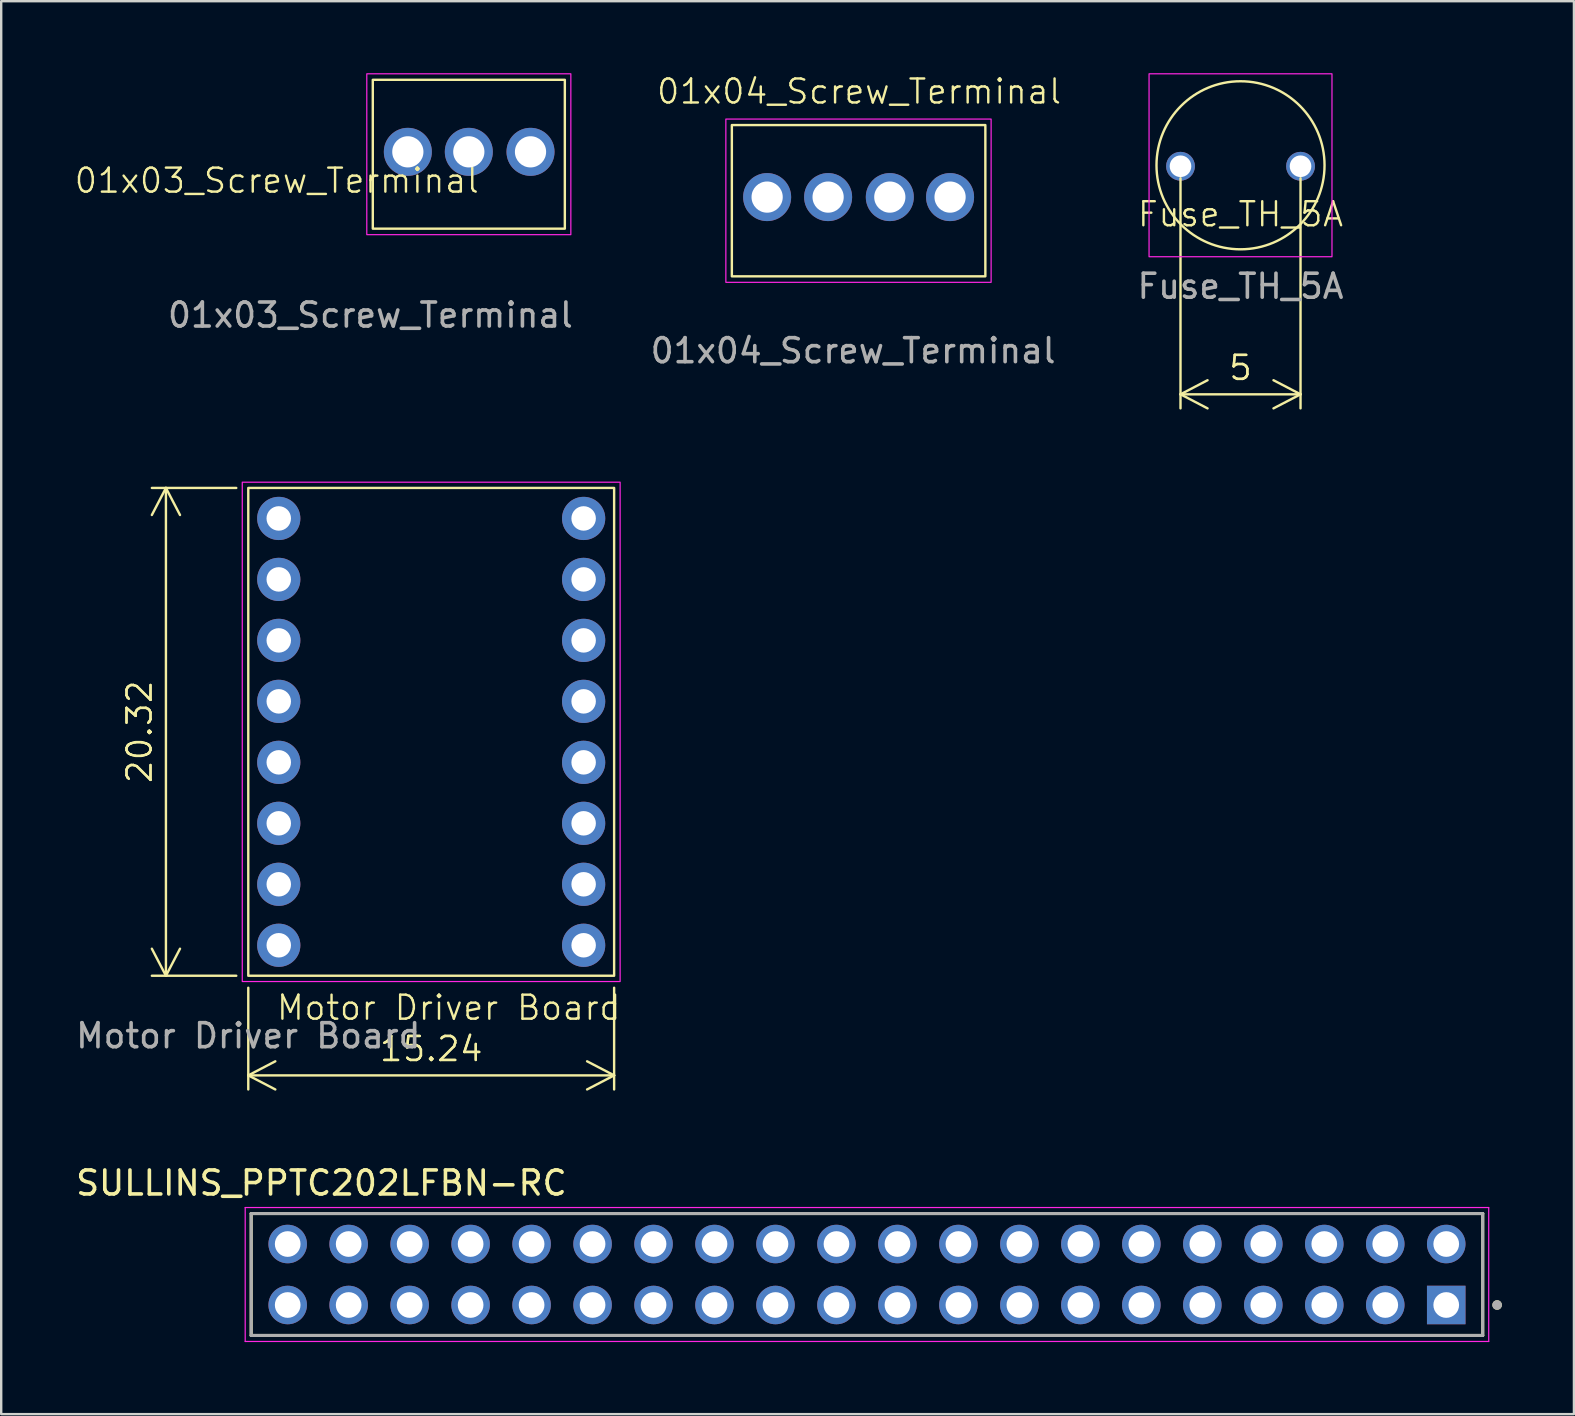
<source format=kicad_pcb>
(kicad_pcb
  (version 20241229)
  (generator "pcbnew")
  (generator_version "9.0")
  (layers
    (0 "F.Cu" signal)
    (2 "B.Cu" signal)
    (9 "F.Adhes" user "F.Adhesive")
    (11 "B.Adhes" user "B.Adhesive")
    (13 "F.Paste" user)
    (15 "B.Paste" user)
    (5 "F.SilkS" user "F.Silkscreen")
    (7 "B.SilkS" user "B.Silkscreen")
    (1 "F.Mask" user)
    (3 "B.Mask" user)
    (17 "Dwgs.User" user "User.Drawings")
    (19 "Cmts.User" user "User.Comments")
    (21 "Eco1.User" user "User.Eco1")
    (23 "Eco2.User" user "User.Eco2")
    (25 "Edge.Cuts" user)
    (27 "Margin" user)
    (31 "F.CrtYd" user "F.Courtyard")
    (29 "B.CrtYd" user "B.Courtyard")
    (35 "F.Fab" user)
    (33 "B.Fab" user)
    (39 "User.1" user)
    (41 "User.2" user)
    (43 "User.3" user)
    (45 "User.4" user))
  (footprint "01x04_Screw_Terminal"
    (layer "F.Cu")
    (at 27.436 8.46)
    (property "Reference" "01x04_Screw_Terminal" (at 5.3 -7.7 0) (unlocked yes) (layer "F.SilkS") (effects (font (size 1 1) (thickness 0.1))))
    (attr smd)
    (fp_rect (start 0 -6.3) (end 10.56 0) (stroke (width 0.1) (type default)) (fill no) (layer "F.SilkS"))
    (fp_rect (start -0.25 -6.55) (end 10.8 0.25) (stroke (width 0.05) (type default)) (fill no) (layer "F.CrtYd"))
    (fp_text user "${REFERENCE}" (at 5.05 3.1 0) (unlocked yes) (layer "F.Fab") (effects (font (size 1 1) (thickness 0.15))))
    (pad "1" thru_hole circle (at 1.47 -3.3) (size 2 2) (drill 1.3) (layers "*.Cu" "*.Mask"))
    (pad "2" thru_hole circle (at 4.01 -3.3) (size 2 2) (drill 1.3) (layers "*.Cu" "*.Mask"))
    (pad "3" thru_hole circle (at 6.58 -3.3) (size 2 2) (drill 1.3) (layers "*.Cu" "*.Mask"))
    (pad "4" thru_hole circle (at 9.09 -3.3) (size 2 2) (drill 1.3) (layers "*.Cu" "*.Mask")))
  (footprint "Fuse_TH_5A"
    (layer "F.Cu")
    (at 48.625 6.375)
    (property "Reference" "Fuse_TH_5A" (at 0 -0.5 0) (unlocked yes) (layer "F.SilkS") (effects (font (size 1 1) (thickness 0.1))))
    (attr smd)
    (fp_circle (center 0 -2.54) (end 3.5 -2.54) (stroke (width 0.1) (type solid)) (fill no) (layer "F.SilkS"))
    (fp_rect (start -3.81 -6.35) (end 3.81 1.27) (stroke (width 0.05) (type default)) (fill no) (layer "F.CrtYd"))
    (fp_text user "${REFERENCE}" (at 0 2.5 0) (unlocked yes) (layer "F.Fab") (effects (font (size 1 1) (thickness 0.15))))
    (dimension (type orthogonal) (layer "F.SilkS") (pts (xy 46.125 3.875) (xy 51.125 3.875)) (height 9.5) (orientation 0) (format (prefix "") (suffix "") (units 3) (units_format 0) (precision 4) (suppress_zeroes yes)) (style (thickness 0.1) (arrow_length 1.27) (text_position_mode 0) (arrow_direction outward) (extension_height 0.586) (extension_offset 0.5) (keep_text_aligned yes)) (gr_text "5" (at 48.625 12.275 0) (layer "F.SilkS") (effects (font (size 1 1) (thickness 0.1)))))
    (pad "1" thru_hole circle (at -2.5 -2.5) (size 1.2 1.2) (drill 0.9) (layers "*.Cu" "*.Mask"))
    (pad "2" thru_hole circle (at 2.5 -2.5) (size 1.2 1.2) (drill 0.9) (layers "*.Cu" "*.Mask")))
  (footprint "01x03_Screw_Terminal"
    (layer "F.Cu")
    (at 12.479 6.475)
    (property "Reference" "01x03_Screw_Terminal" (at -4 -2 0) (unlocked yes) (layer "F.SilkS") (effects (font (size 1 1) (thickness 0.1))))
    (attr smd)
    (fp_rect (start 0 -6.2) (end 8 0) (stroke (width 0.1) (type default)) (fill no) (layer "F.SilkS"))
    (fp_rect (start -0.25 -6.45) (end 8.25 0.25) (stroke (width 0.05) (type default)) (fill no) (layer "F.CrtYd"))
    (fp_text user "${REFERENCE}" (at -0.1 3.6 0) (unlocked yes) (layer "F.Fab") (effects (font (size 1 1) (thickness 0.15))))
    (pad "1" thru_hole circle (at 1.46 -3.2) (size 2 2) (drill 1.3) (layers "*.Cu" "*.Mask"))
    (pad "2" thru_hole circle (at 4 -3.2) (size 2 2) (drill 1.3) (layers "*.Cu" "*.Mask"))
    (pad "3" thru_hole circle (at 6.57 -3.2) (size 2 2) (drill 1.3) (layers "*.Cu" "*.Mask")))
  (footprint "SULLINS_PPTC202LFBN-RC"
    (layer "F.Cu")
    (at 33.064 50.041)
    (property "Reference" "SULLINS_PPTC202LFBN-RC" (at -22.725 -3.81 0) (layer "F.SilkS") (effects (font (size 1 1) (thickness 0.15))))
    (attr through_hole)
    (fp_line (start -25.65 -2.54) (end 25.65 -2.54) (stroke (width 0.127) (type solid)) (layer "F.SilkS"))
    (fp_line (start -25.65 2.54) (end -25.65 -2.54) (stroke (width 0.127) (type solid)) (layer "F.SilkS"))
    (fp_line (start 25.65 -2.54) (end 25.65 2.54) (stroke (width 0.127) (type solid)) (layer "F.SilkS"))
    (fp_line (start 25.65 2.54) (end -25.65 2.54) (stroke (width 0.127) (type solid)) (layer "F.SilkS"))
    (fp_circle (center 26.25 1.27) (end 26.35 1.27) (stroke (width 0.2) (type solid)) (fill no) (layer "F.SilkS"))
    (fp_line (start -25.9 -2.79) (end 25.9 -2.79) (stroke (width 0.05) (type solid)) (layer "F.CrtYd"))
    (fp_line (start -25.9 2.79) (end -25.9 -2.79) (stroke (width 0.05) (type solid)) (layer "F.CrtYd"))
    (fp_line (start 25.9 -2.79) (end 25.9 2.79) (stroke (width 0.05) (type solid)) (layer "F.CrtYd"))
    (fp_line (start 25.9 2.79) (end -25.9 2.79) (stroke (width 0.05) (type solid)) (layer "F.CrtYd"))
    (fp_line (start -25.65 -2.54) (end 25.65 -2.54) (stroke (width 0.127) (type solid)) (layer "F.Fab"))
    (fp_line (start -25.65 2.54) (end -25.65 -2.54) (stroke (width 0.127) (type solid)) (layer "F.Fab"))
    (fp_line (start 25.65 -2.54) (end 25.65 2.54) (stroke (width 0.127) (type solid)) (layer "F.Fab"))
    (fp_line (start 25.65 2.54) (end -25.65 2.54) (stroke (width 0.127) (type solid)) (layer "F.Fab"))
    (fp_circle (center 26.25 1.27) (end 26.35 1.27) (stroke (width 0.2) (type solid)) (fill no) (layer "F.Fab"))
    (pad "1" thru_hole rect (at 24.13 1.27) (size 1.605 1.605) (drill 1.07) (layers "*.Cu" "*.Mask"))
    (pad "2" thru_hole circle (at 24.13 -1.27) (size 1.605 1.605) (drill 1.07) (layers "*.Cu" "*.Mask"))
    (pad "3" thru_hole circle (at 21.59 1.27) (size 1.605 1.605) (drill 1.07) (layers "*.Cu" "*.Mask"))
    (pad "4" thru_hole circle (at 21.59 -1.27) (size 1.605 1.605) (drill 1.07) (layers "*.Cu" "*.Mask"))
    (pad "5" thru_hole circle (at 19.05 1.27) (size 1.605 1.605) (drill 1.07) (layers "*.Cu" "*.Mask"))
    (pad "6" thru_hole circle (at 19.05 -1.27) (size 1.605 1.605) (drill 1.07) (layers "*.Cu" "*.Mask"))
    (pad "7" thru_hole circle (at 16.51 1.27) (size 1.605 1.605) (drill 1.07) (layers "*.Cu" "*.Mask"))
    (pad "8" thru_hole circle (at 16.51 -1.27) (size 1.605 1.605) (drill 1.07) (layers "*.Cu" "*.Mask"))
    (pad "9" thru_hole circle (at 13.97 1.27) (size 1.605 1.605) (drill 1.07) (layers "*.Cu" "*.Mask"))
    (pad "10" thru_hole circle (at 13.97 -1.27) (size 1.605 1.605) (drill 1.07) (layers "*.Cu" "*.Mask"))
    (pad "11" thru_hole circle (at 11.43 1.27) (size 1.605 1.605) (drill 1.07) (layers "*.Cu" "*.Mask"))
    (pad "12" thru_hole circle (at 11.43 -1.27) (size 1.605 1.605) (drill 1.07) (layers "*.Cu" "*.Mask"))
    (pad "13" thru_hole circle (at 8.89 1.27) (size 1.605 1.605) (drill 1.07) (layers "*.Cu" "*.Mask"))
    (pad "14" thru_hole circle (at 8.89 -1.27) (size 1.605 1.605) (drill 1.07) (layers "*.Cu" "*.Mask"))
    (pad "15" thru_hole circle (at 6.35 1.27) (size 1.605 1.605) (drill 1.07) (layers "*.Cu" "*.Mask"))
    (pad "16" thru_hole circle (at 6.35 -1.27) (size 1.605 1.605) (drill 1.07) (layers "*.Cu" "*.Mask"))
    (pad "17" thru_hole circle (at 3.81 1.27) (size 1.605 1.605) (drill 1.07) (layers "*.Cu" "*.Mask"))
    (pad "18" thru_hole circle (at 3.81 -1.27) (size 1.605 1.605) (drill 1.07) (layers "*.Cu" "*.Mask"))
    (pad "19" thru_hole circle (at 1.27 1.27) (size 1.605 1.605) (drill 1.07) (layers "*.Cu" "*.Mask"))
    (pad "20" thru_hole circle (at 1.27 -1.27) (size 1.605 1.605) (drill 1.07) (layers "*.Cu" "*.Mask"))
    (pad "21" thru_hole circle (at -1.27 1.27) (size 1.605 1.605) (drill 1.07) (layers "*.Cu" "*.Mask"))
    (pad "22" thru_hole circle (at -1.27 -1.27) (size 1.605 1.605) (drill 1.07) (layers "*.Cu" "*.Mask"))
    (pad "23" thru_hole circle (at -3.81 1.27) (size 1.605 1.605) (drill 1.07) (layers "*.Cu" "*.Mask"))
    (pad "24" thru_hole circle (at -3.81 -1.27) (size 1.605 1.605) (drill 1.07) (layers "*.Cu" "*.Mask"))
    (pad "25" thru_hole circle (at -6.35 1.27) (size 1.605 1.605) (drill 1.07) (layers "*.Cu" "*.Mask"))
    (pad "26" thru_hole circle (at -6.35 -1.27) (size 1.605 1.605) (drill 1.07) (layers "*.Cu" "*.Mask"))
    (pad "27" thru_hole circle (at -8.89 1.27) (size 1.605 1.605) (drill 1.07) (layers "*.Cu" "*.Mask"))
    (pad "28" thru_hole circle (at -8.89 -1.27) (size 1.605 1.605) (drill 1.07) (layers "*.Cu" "*.Mask"))
    (pad "29" thru_hole circle (at -11.43 1.27) (size 1.605 1.605) (drill 1.07) (layers "*.Cu" "*.Mask"))
    (pad "30" thru_hole circle (at -11.43 -1.27) (size 1.605 1.605) (drill 1.07) (layers "*.Cu" "*.Mask"))
    (pad "31" thru_hole circle (at -13.97 1.27) (size 1.605 1.605) (drill 1.07) (layers "*.Cu" "*.Mask"))
    (pad "32" thru_hole circle (at -13.97 -1.27) (size 1.605 1.605) (drill 1.07) (layers "*.Cu" "*.Mask"))
    (pad "33" thru_hole circle (at -16.51 1.27) (size 1.605 1.605) (drill 1.07) (layers "*.Cu" "*.Mask"))
    (pad "34" thru_hole circle (at -16.51 -1.27) (size 1.605 1.605) (drill 1.07) (layers "*.Cu" "*.Mask"))
    (pad "35" thru_hole circle (at -19.05 1.27) (size 1.605 1.605) (drill 1.07) (layers "*.Cu" "*.Mask"))
    (pad "36" thru_hole circle (at -19.05 -1.27) (size 1.605 1.605) (drill 1.07) (layers "*.Cu" "*.Mask"))
    (pad "37" thru_hole circle (at -21.59 1.27) (size 1.605 1.605) (drill 1.07) (layers "*.Cu" "*.Mask"))
    (pad "38" thru_hole circle (at -21.59 -1.27) (size 1.605 1.605) (drill 1.07) (layers "*.Cu" "*.Mask"))
    (pad "39" thru_hole circle (at -24.13 1.27) (size 1.605 1.605) (drill 1.07) (layers "*.Cu" "*.Mask"))
    (pad "40" thru_hole circle (at -24.13 -1.27) (size 1.605 1.605) (drill 1.07) (layers "*.Cu" "*.Mask")))
  (footprint "Motor Driver Board"
    (layer "F.Cu")
    (at 7.292 37.596)
    (property "Reference" "Motor Driver Board" (at 8.35 1.33 0) (unlocked yes) (layer "F.SilkS") (effects (font (size 1 1) (thickness 0.1))))
    (attr through_hole)
    (fp_rect (start 0 -20.32) (end 15.24 0) (stroke (width 0.1) (type default)) (fill no) (layer "F.SilkS"))
    (fp_rect (start -0.25 -20.56) (end 15.49 0.24) (stroke (width 0.05) (type default)) (fill no) (layer "F.CrtYd"))
    (fp_text user "${REFERENCE}" (at 0 2.5 0) (unlocked yes) (layer "F.Fab") (effects (font (size 1 1) (thickness 0.15))))
    (dimension (type orthogonal) (layer "F.SilkS") (pts (xy 7.292 37.596) (xy 7.292 17.276)) (height -3.43) (orientation 1) (format (prefix "") (suffix "") (units 3) (units_format 0) (precision 4) (suppress_zeroes yes)) (style (thickness 0.1) (arrow_length 1.27) (text_position_mode 0) (arrow_direction outward) (extension_height 0.586) (extension_offset 0.5) (keep_text_aligned yes)) (gr_text "20.32" (at 2.762 27.436 90) (layer "F.SilkS") (effects (font (size 1 1) (thickness 0.1)))))
    (dimension (type orthogonal) (layer "F.SilkS") (pts (xy 22.532 37.596) (xy 7.292 37.596)) (height 4.15) (orientation 0) (format (prefix "") (suffix "") (units 3) (units_format 0) (precision 4) (suppress_zeroes yes)) (style (thickness 0.1) (arrow_length 1.27) (text_position_mode 0) (arrow_direction outward) (extension_height 0.586) (extension_offset 0.5) (keep_text_aligned yes)) (gr_text "15.24" (at 14.912 40.646 0) (layer "F.SilkS") (effects (font (size 1 1) (thickness 0.1)))))
    (pad "1" thru_hole circle (at 1.27 -19.05) (size 1.8 1.8) (drill 1.02) (layers "*.Cu" "*.Mask"))
    (pad "2" thru_hole circle (at 1.27 -16.51) (size 1.8 1.8) (drill 1.02) (layers "*.Cu" "*.Mask"))
    (pad "3" thru_hole circle (at 1.27 -13.97) (size 1.8 1.8) (drill 1.02) (layers "*.Cu" "*.Mask"))
    (pad "4" thru_hole circle (at 1.27 -11.43) (size 1.8 1.8) (drill 1.02) (layers "*.Cu" "*.Mask"))
    (pad "5" thru_hole circle (at 1.27 -8.89) (size 1.8 1.8) (drill 1.02) (layers "*.Cu" "*.Mask"))
    (pad "6" thru_hole circle (at 1.27 -6.35) (size 1.8 1.8) (drill 1.02) (layers "*.Cu" "*.Mask"))
    (pad "7" thru_hole circle (at 1.27 -3.81) (size 1.8 1.8) (drill 1.02) (layers "*.Cu" "*.Mask"))
    (pad "8" thru_hole circle (at 1.27 -1.27) (size 1.8 1.8) (drill 1.02) (layers "*.Cu" "*.Mask"))
    (pad "9" thru_hole circle (at 13.97 -19.05) (size 1.8 1.8) (drill 1.02) (layers "*.Cu" "*.Mask"))
    (pad "10" thru_hole circle (at 13.97 -16.51) (size 1.8 1.8) (drill 1.02) (layers "*.Cu" "*.Mask"))
    (pad "11" thru_hole circle (at 13.97 -13.97) (size 1.8 1.8) (drill 1.02) (layers "*.Cu" "*.Mask"))
    (pad "12" thru_hole circle (at 13.97 -11.43) (size 1.8 1.8) (drill 1.02) (layers "*.Cu" "*.Mask"))
    (pad "13" thru_hole circle (at 13.97 -8.89) (size 1.8 1.8) (drill 1.02) (layers "*.Cu" "*.Mask"))
    (pad "14" thru_hole circle (at 13.97 -6.35) (size 1.8 1.8) (drill 1.02) (layers "*.Cu" "*.Mask"))
    (pad "15" thru_hole circle (at 13.97 -3.81) (size 1.8 1.8) (drill 1.02) (layers "*.Cu" "*.Mask"))
    (pad "16" thru_hole circle (at 13.97 -1.27) (size 1.8 1.8) (drill 1.02) (layers "*.Cu" "*.Mask")))
  (gr_rect
    (start -3 -3)
    (end 62.514 55.856)
    (stroke (width 0.1) (type default))
    (fill no)
    (layer "Edge.Cuts")))
</source>
